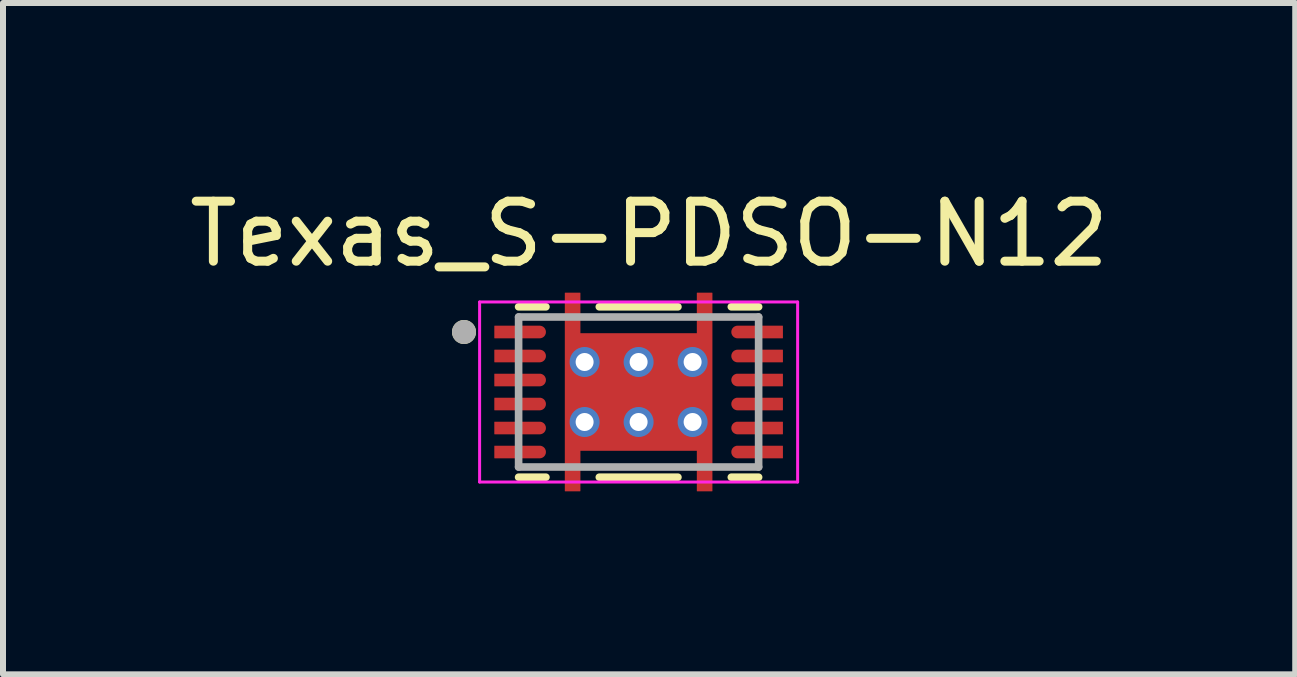
<source format=kicad_pcb>
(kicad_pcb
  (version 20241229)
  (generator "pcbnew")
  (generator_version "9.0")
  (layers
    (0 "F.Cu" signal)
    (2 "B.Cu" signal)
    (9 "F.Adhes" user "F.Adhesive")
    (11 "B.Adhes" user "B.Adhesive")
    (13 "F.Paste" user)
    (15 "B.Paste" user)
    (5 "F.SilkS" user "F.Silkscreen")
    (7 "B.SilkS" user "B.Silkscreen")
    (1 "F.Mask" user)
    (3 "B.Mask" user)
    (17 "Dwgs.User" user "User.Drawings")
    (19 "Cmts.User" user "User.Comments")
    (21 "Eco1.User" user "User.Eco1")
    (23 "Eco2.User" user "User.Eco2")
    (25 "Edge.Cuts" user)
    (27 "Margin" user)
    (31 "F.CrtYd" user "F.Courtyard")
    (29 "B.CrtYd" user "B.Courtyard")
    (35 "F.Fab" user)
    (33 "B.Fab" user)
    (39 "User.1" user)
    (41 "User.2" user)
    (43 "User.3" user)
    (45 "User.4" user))
  (footprint "Texas_S-PDSO-N12"
    (layer "F.Cu")
    (at 7.593 3.483)
    (property "Reference" "Texas_S-PDSO-N12" (at 0.175 -2.635 0) (layer "F.SilkS") (effects (font (size 1 1) (thickness 0.15))))
    (attr smd)
    (fp_poly (pts (xy -1.275 1.7) (xy -1.275 -1.7) (xy -0.925 -1.7) (xy -0.925 -1.025) (xy 0.925 -1.025) (xy 0.925 -1.7) (xy 1.275 -1.7) (xy 1.275 1.7) (xy 0.925 1.7) (xy 0.925 1.025) (xy -0.925 1.025) (xy -0.925 1.7)) (stroke (width 0.01) (type solid)) (fill yes) (layer "F.Mask"))
    (fp_poly (pts (xy -2.45 -1.15) (xy -1.65 -1.15) (xy -1.642 -1.15) (xy -1.634 -1.149) (xy -1.627 -1.148) (xy -1.619 -1.147) (xy -1.611 -1.145) (xy -1.604 -1.143) (xy -1.596 -1.14) (xy -1.589 -1.137) (xy -1.582 -1.134) (xy -1.575 -1.13) (xy -1.568 -1.126) (xy -1.562 -1.121) (xy -1.556 -1.117) (xy -1.55 -1.111) (xy -1.544 -1.106) (xy -1.539 -1.1) (xy -1.533 -1.094) (xy -1.529 -1.088) (xy -1.524 -1.082) (xy -1.52 -1.075) (xy -1.516 -1.068) (xy -1.513 -1.061) (xy -1.51 -1.054) (xy -1.507 -1.046) (xy -1.505 -1.039) (xy -1.503 -1.031) (xy -1.502 -1.023) (xy -1.501 -1.016) (xy -1.5 -1.008) (xy -1.5 -1) (xy -1.5 -0.992) (xy -1.501 -0.984) (xy -1.502 -0.977) (xy -1.503 -0.969) (xy -1.505 -0.961) (xy -1.507 -0.954) (xy -1.51 -0.946) (xy -1.513 -0.939) (xy -1.516 -0.932) (xy -1.52 -0.925) (xy -1.524 -0.918) (xy -1.529 -0.912) (xy -1.533 -0.906) (xy -1.539 -0.9) (xy -1.544 -0.894) (xy -1.55 -0.889) (xy -1.556 -0.883) (xy -1.562 -0.879) (xy -1.568 -0.874) (xy -1.575 -0.87) (xy -1.582 -0.866) (xy -1.589 -0.863) (xy -1.596 -0.86) (xy -1.604 -0.857) (xy -1.611 -0.855) (xy -1.619 -0.853) (xy -1.627 -0.852) (xy -1.634 -0.851) (xy -1.642 -0.85) (xy -1.65 -0.85) (xy -2.45 -0.85) (xy -2.45 -1) (xy -2.45 -1.15)) (stroke (width 0.01) (type solid)) (fill yes) (layer "F.Mask"))
    (fp_poly (pts (xy -2.45 -0.75) (xy -1.65 -0.75) (xy -1.642 -0.75) (xy -1.634 -0.749) (xy -1.627 -0.748) (xy -1.619 -0.747) (xy -1.611 -0.745) (xy -1.604 -0.743) (xy -1.596 -0.74) (xy -1.589 -0.737) (xy -1.582 -0.734) (xy -1.575 -0.73) (xy -1.568 -0.726) (xy -1.562 -0.721) (xy -1.556 -0.717) (xy -1.55 -0.711) (xy -1.544 -0.706) (xy -1.539 -0.7) (xy -1.533 -0.694) (xy -1.529 -0.688) (xy -1.524 -0.682) (xy -1.52 -0.675) (xy -1.516 -0.668) (xy -1.513 -0.661) (xy -1.51 -0.654) (xy -1.507 -0.646) (xy -1.505 -0.639) (xy -1.503 -0.631) (xy -1.502 -0.623) (xy -1.501 -0.616) (xy -1.5 -0.608) (xy -1.5 -0.6) (xy -1.5 -0.592) (xy -1.501 -0.584) (xy -1.502 -0.577) (xy -1.503 -0.569) (xy -1.505 -0.561) (xy -1.507 -0.554) (xy -1.51 -0.546) (xy -1.513 -0.539) (xy -1.516 -0.532) (xy -1.52 -0.525) (xy -1.524 -0.518) (xy -1.529 -0.512) (xy -1.533 -0.506) (xy -1.539 -0.5) (xy -1.544 -0.494) (xy -1.55 -0.489) (xy -1.556 -0.483) (xy -1.562 -0.479) (xy -1.568 -0.474) (xy -1.575 -0.47) (xy -1.582 -0.466) (xy -1.589 -0.463) (xy -1.596 -0.46) (xy -1.604 -0.457) (xy -1.611 -0.455) (xy -1.619 -0.453) (xy -1.627 -0.452) (xy -1.634 -0.451) (xy -1.642 -0.45) (xy -1.65 -0.45) (xy -2.45 -0.45) (xy -2.45 -0.6) (xy -2.45 -0.75)) (stroke (width 0.01) (type solid)) (fill yes) (layer "F.Mask"))
    (fp_poly (pts (xy -2.45 -0.35) (xy -1.65 -0.35) (xy -1.642 -0.35) (xy -1.634 -0.349) (xy -1.627 -0.348) (xy -1.619 -0.347) (xy -1.611 -0.345) (xy -1.604 -0.343) (xy -1.596 -0.34) (xy -1.589 -0.337) (xy -1.582 -0.334) (xy -1.575 -0.33) (xy -1.568 -0.326) (xy -1.562 -0.321) (xy -1.556 -0.317) (xy -1.55 -0.311) (xy -1.544 -0.306) (xy -1.539 -0.3) (xy -1.533 -0.294) (xy -1.529 -0.288) (xy -1.524 -0.282) (xy -1.52 -0.275) (xy -1.516 -0.268) (xy -1.513 -0.261) (xy -1.51 -0.254) (xy -1.507 -0.246) (xy -1.505 -0.239) (xy -1.503 -0.231) (xy -1.502 -0.223) (xy -1.501 -0.216) (xy -1.5 -0.208) (xy -1.5 -0.2) (xy -1.5 -0.192) (xy -1.501 -0.184) (xy -1.502 -0.177) (xy -1.503 -0.169) (xy -1.505 -0.161) (xy -1.507 -0.154) (xy -1.51 -0.146) (xy -1.513 -0.139) (xy -1.516 -0.132) (xy -1.52 -0.125) (xy -1.524 -0.118) (xy -1.529 -0.112) (xy -1.533 -0.106) (xy -1.539 -0.1) (xy -1.544 -0.094) (xy -1.55 -0.089) (xy -1.556 -0.083) (xy -1.562 -0.079) (xy -1.568 -0.074) (xy -1.575 -0.07) (xy -1.582 -0.066) (xy -1.589 -0.063) (xy -1.596 -0.06) (xy -1.604 -0.057) (xy -1.611 -0.055) (xy -1.619 -0.053) (xy -1.627 -0.052) (xy -1.634 -0.051) (xy -1.642 -0.05) (xy -1.65 -0.05) (xy -2.45 -0.05) (xy -2.45 -0.2) (xy -2.45 -0.35)) (stroke (width 0.01) (type solid)) (fill yes) (layer "F.Mask"))
    (fp_poly (pts (xy -2.45 0.05) (xy -1.65 0.05) (xy -1.642 0.05) (xy -1.634 0.051) (xy -1.627 0.052) (xy -1.619 0.053) (xy -1.611 0.055) (xy -1.604 0.057) (xy -1.596 0.06) (xy -1.589 0.063) (xy -1.582 0.066) (xy -1.575 0.07) (xy -1.568 0.074) (xy -1.562 0.079) (xy -1.556 0.083) (xy -1.55 0.089) (xy -1.544 0.094) (xy -1.539 0.1) (xy -1.533 0.106) (xy -1.529 0.112) (xy -1.524 0.118) (xy -1.52 0.125) (xy -1.516 0.132) (xy -1.513 0.139) (xy -1.51 0.146) (xy -1.507 0.154) (xy -1.505 0.161) (xy -1.503 0.169) (xy -1.502 0.177) (xy -1.501 0.184) (xy -1.5 0.192) (xy -1.5 0.2) (xy -1.5 0.208) (xy -1.501 0.216) (xy -1.502 0.223) (xy -1.503 0.231) (xy -1.505 0.239) (xy -1.507 0.246) (xy -1.51 0.254) (xy -1.513 0.261) (xy -1.516 0.268) (xy -1.52 0.275) (xy -1.524 0.282) (xy -1.529 0.288) (xy -1.533 0.294) (xy -1.539 0.3) (xy -1.544 0.306) (xy -1.55 0.311) (xy -1.556 0.317) (xy -1.562 0.321) (xy -1.568 0.326) (xy -1.575 0.33) (xy -1.582 0.334) (xy -1.589 0.337) (xy -1.596 0.34) (xy -1.604 0.343) (xy -1.611 0.345) (xy -1.619 0.347) (xy -1.627 0.348) (xy -1.634 0.349) (xy -1.642 0.35) (xy -1.65 0.35) (xy -2.45 0.35) (xy -2.45 0.2) (xy -2.45 0.05)) (stroke (width 0.01) (type solid)) (fill yes) (layer "F.Mask"))
    (fp_poly (pts (xy -2.45 0.45) (xy -1.65 0.45) (xy -1.642 0.45) (xy -1.634 0.451) (xy -1.627 0.452) (xy -1.619 0.453) (xy -1.611 0.455) (xy -1.604 0.457) (xy -1.596 0.46) (xy -1.589 0.463) (xy -1.582 0.466) (xy -1.575 0.47) (xy -1.568 0.474) (xy -1.562 0.479) (xy -1.556 0.483) (xy -1.55 0.489) (xy -1.544 0.494) (xy -1.539 0.5) (xy -1.533 0.506) (xy -1.529 0.512) (xy -1.524 0.518) (xy -1.52 0.525) (xy -1.516 0.532) (xy -1.513 0.539) (xy -1.51 0.546) (xy -1.507 0.554) (xy -1.505 0.561) (xy -1.503 0.569) (xy -1.502 0.577) (xy -1.501 0.584) (xy -1.5 0.592) (xy -1.5 0.6) (xy -1.5 0.608) (xy -1.501 0.616) (xy -1.502 0.623) (xy -1.503 0.631) (xy -1.505 0.639) (xy -1.507 0.646) (xy -1.51 0.654) (xy -1.513 0.661) (xy -1.516 0.668) (xy -1.52 0.675) (xy -1.524 0.682) (xy -1.529 0.688) (xy -1.533 0.694) (xy -1.539 0.7) (xy -1.544 0.706) (xy -1.55 0.711) (xy -1.556 0.717) (xy -1.562 0.721) (xy -1.568 0.726) (xy -1.575 0.73) (xy -1.582 0.734) (xy -1.589 0.737) (xy -1.596 0.74) (xy -1.604 0.743) (xy -1.611 0.745) (xy -1.619 0.747) (xy -1.627 0.748) (xy -1.634 0.749) (xy -1.642 0.75) (xy -1.65 0.75) (xy -2.45 0.75) (xy -2.45 0.6) (xy -2.45 0.45)) (stroke (width 0.01) (type solid)) (fill yes) (layer "F.Mask"))
    (fp_poly (pts (xy -2.45 0.85) (xy -1.65 0.85) (xy -1.642 0.85) (xy -1.634 0.851) (xy -1.627 0.852) (xy -1.619 0.853) (xy -1.611 0.855) (xy -1.604 0.857) (xy -1.596 0.86) (xy -1.589 0.863) (xy -1.582 0.866) (xy -1.575 0.87) (xy -1.568 0.874) (xy -1.562 0.879) (xy -1.556 0.883) (xy -1.55 0.889) (xy -1.544 0.894) (xy -1.539 0.9) (xy -1.533 0.906) (xy -1.529 0.912) (xy -1.524 0.918) (xy -1.52 0.925) (xy -1.516 0.932) (xy -1.513 0.939) (xy -1.51 0.946) (xy -1.507 0.954) (xy -1.505 0.961) (xy -1.503 0.969) (xy -1.502 0.977) (xy -1.501 0.984) (xy -1.5 0.992) (xy -1.5 1) (xy -1.5 1.008) (xy -1.501 1.016) (xy -1.502 1.023) (xy -1.503 1.031) (xy -1.505 1.039) (xy -1.507 1.046) (xy -1.51 1.054) (xy -1.513 1.061) (xy -1.516 1.068) (xy -1.52 1.075) (xy -1.524 1.082) (xy -1.529 1.088) (xy -1.533 1.094) (xy -1.539 1.1) (xy -1.544 1.106) (xy -1.55 1.111) (xy -1.556 1.117) (xy -1.562 1.121) (xy -1.568 1.126) (xy -1.575 1.13) (xy -1.582 1.134) (xy -1.589 1.137) (xy -1.596 1.14) (xy -1.604 1.143) (xy -1.611 1.145) (xy -1.619 1.147) (xy -1.627 1.148) (xy -1.634 1.149) (xy -1.642 1.15) (xy -1.65 1.15) (xy -2.45 1.15) (xy -2.45 1) (xy -2.45 0.85)) (stroke (width 0.01) (type solid)) (fill yes) (layer "F.Mask"))
    (fp_poly (pts (xy 2.45 -0.85) (xy 1.65 -0.85) (xy 1.642 -0.85) (xy 1.634 -0.851) (xy 1.627 -0.852) (xy 1.619 -0.853) (xy 1.611 -0.855) (xy 1.604 -0.857) (xy 1.596 -0.86) (xy 1.589 -0.863) (xy 1.582 -0.866) (xy 1.575 -0.87) (xy 1.568 -0.874) (xy 1.562 -0.879) (xy 1.556 -0.883) (xy 1.55 -0.889) (xy 1.544 -0.894) (xy 1.539 -0.9) (xy 1.533 -0.906) (xy 1.529 -0.912) (xy 1.524 -0.918) (xy 1.52 -0.925) (xy 1.516 -0.932) (xy 1.513 -0.939) (xy 1.51 -0.946) (xy 1.507 -0.954) (xy 1.505 -0.961) (xy 1.503 -0.969) (xy 1.502 -0.977) (xy 1.501 -0.984) (xy 1.5 -0.992) (xy 1.5 -1) (xy 1.5 -1.008) (xy 1.501 -1.016) (xy 1.502 -1.023) (xy 1.503 -1.031) (xy 1.505 -1.039) (xy 1.507 -1.046) (xy 1.51 -1.054) (xy 1.513 -1.061) (xy 1.516 -1.068) (xy 1.52 -1.075) (xy 1.524 -1.082) (xy 1.529 -1.088) (xy 1.533 -1.094) (xy 1.539 -1.1) (xy 1.544 -1.106) (xy 1.55 -1.111) (xy 1.556 -1.117) (xy 1.562 -1.121) (xy 1.568 -1.126) (xy 1.575 -1.13) (xy 1.582 -1.134) (xy 1.589 -1.137) (xy 1.596 -1.14) (xy 1.604 -1.143) (xy 1.611 -1.145) (xy 1.619 -1.147) (xy 1.627 -1.148) (xy 1.634 -1.149) (xy 1.642 -1.15) (xy 1.65 -1.15) (xy 2.45 -1.15) (xy 2.45 -1) (xy 2.45 -0.85)) (stroke (width 0.01) (type solid)) (fill yes) (layer "F.Mask"))
    (fp_poly (pts (xy 2.45 -0.45) (xy 1.65 -0.45) (xy 1.642 -0.45) (xy 1.634 -0.451) (xy 1.627 -0.452) (xy 1.619 -0.453) (xy 1.611 -0.455) (xy 1.604 -0.457) (xy 1.596 -0.46) (xy 1.589 -0.463) (xy 1.582 -0.466) (xy 1.575 -0.47) (xy 1.568 -0.474) (xy 1.562 -0.479) (xy 1.556 -0.483) (xy 1.55 -0.489) (xy 1.544 -0.494) (xy 1.539 -0.5) (xy 1.533 -0.506) (xy 1.529 -0.512) (xy 1.524 -0.518) (xy 1.52 -0.525) (xy 1.516 -0.532) (xy 1.513 -0.539) (xy 1.51 -0.546) (xy 1.507 -0.554) (xy 1.505 -0.561) (xy 1.503 -0.569) (xy 1.502 -0.577) (xy 1.501 -0.584) (xy 1.5 -0.592) (xy 1.5 -0.6) (xy 1.5 -0.608) (xy 1.501 -0.616) (xy 1.502 -0.623) (xy 1.503 -0.631) (xy 1.505 -0.639) (xy 1.507 -0.646) (xy 1.51 -0.654) (xy 1.513 -0.661) (xy 1.516 -0.668) (xy 1.52 -0.675) (xy 1.524 -0.682) (xy 1.529 -0.688) (xy 1.533 -0.694) (xy 1.539 -0.7) (xy 1.544 -0.706) (xy 1.55 -0.711) (xy 1.556 -0.717) (xy 1.562 -0.721) (xy 1.568 -0.726) (xy 1.575 -0.73) (xy 1.582 -0.734) (xy 1.589 -0.737) (xy 1.596 -0.74) (xy 1.604 -0.743) (xy 1.611 -0.745) (xy 1.619 -0.747) (xy 1.627 -0.748) (xy 1.634 -0.749) (xy 1.642 -0.75) (xy 1.65 -0.75) (xy 2.45 -0.75) (xy 2.45 -0.6) (xy 2.45 -0.45)) (stroke (width 0.01) (type solid)) (fill yes) (layer "F.Mask"))
    (fp_poly (pts (xy 2.45 -0.05) (xy 1.65 -0.05) (xy 1.642 -0.05) (xy 1.634 -0.051) (xy 1.627 -0.052) (xy 1.619 -0.053) (xy 1.611 -0.055) (xy 1.604 -0.057) (xy 1.596 -0.06) (xy 1.589 -0.063) (xy 1.582 -0.066) (xy 1.575 -0.07) (xy 1.568 -0.074) (xy 1.562 -0.079) (xy 1.556 -0.083) (xy 1.55 -0.089) (xy 1.544 -0.094) (xy 1.539 -0.1) (xy 1.533 -0.106) (xy 1.529 -0.112) (xy 1.524 -0.118) (xy 1.52 -0.125) (xy 1.516 -0.132) (xy 1.513 -0.139) (xy 1.51 -0.146) (xy 1.507 -0.154) (xy 1.505 -0.161) (xy 1.503 -0.169) (xy 1.502 -0.177) (xy 1.501 -0.184) (xy 1.5 -0.192) (xy 1.5 -0.2) (xy 1.5 -0.208) (xy 1.501 -0.216) (xy 1.502 -0.223) (xy 1.503 -0.231) (xy 1.505 -0.239) (xy 1.507 -0.246) (xy 1.51 -0.254) (xy 1.513 -0.261) (xy 1.516 -0.268) (xy 1.52 -0.275) (xy 1.524 -0.282) (xy 1.529 -0.288) (xy 1.533 -0.294) (xy 1.539 -0.3) (xy 1.544 -0.306) (xy 1.55 -0.311) (xy 1.556 -0.317) (xy 1.562 -0.321) (xy 1.568 -0.326) (xy 1.575 -0.33) (xy 1.582 -0.334) (xy 1.589 -0.337) (xy 1.596 -0.34) (xy 1.604 -0.343) (xy 1.611 -0.345) (xy 1.619 -0.347) (xy 1.627 -0.348) (xy 1.634 -0.349) (xy 1.642 -0.35) (xy 1.65 -0.35) (xy 2.45 -0.35) (xy 2.45 -0.2) (xy 2.45 -0.05)) (stroke (width 0.01) (type solid)) (fill yes) (layer "F.Mask"))
    (fp_poly (pts (xy 2.45 0.35) (xy 1.65 0.35) (xy 1.642 0.35) (xy 1.634 0.349) (xy 1.627 0.348) (xy 1.619 0.347) (xy 1.611 0.345) (xy 1.604 0.343) (xy 1.596 0.34) (xy 1.589 0.337) (xy 1.582 0.334) (xy 1.575 0.33) (xy 1.568 0.326) (xy 1.562 0.321) (xy 1.556 0.317) (xy 1.55 0.311) (xy 1.544 0.306) (xy 1.539 0.3) (xy 1.533 0.294) (xy 1.529 0.288) (xy 1.524 0.282) (xy 1.52 0.275) (xy 1.516 0.268) (xy 1.513 0.261) (xy 1.51 0.254) (xy 1.507 0.246) (xy 1.505 0.239) (xy 1.503 0.231) (xy 1.502 0.223) (xy 1.501 0.216) (xy 1.5 0.208) (xy 1.5 0.2) (xy 1.5 0.192) (xy 1.501 0.184) (xy 1.502 0.177) (xy 1.503 0.169) (xy 1.505 0.161) (xy 1.507 0.154) (xy 1.51 0.146) (xy 1.513 0.139) (xy 1.516 0.132) (xy 1.52 0.125) (xy 1.524 0.118) (xy 1.529 0.112) (xy 1.533 0.106) (xy 1.539 0.1) (xy 1.544 0.094) (xy 1.55 0.089) (xy 1.556 0.083) (xy 1.562 0.079) (xy 1.568 0.074) (xy 1.575 0.07) (xy 1.582 0.066) (xy 1.589 0.063) (xy 1.596 0.06) (xy 1.604 0.057) (xy 1.611 0.055) (xy 1.619 0.053) (xy 1.627 0.052) (xy 1.634 0.051) (xy 1.642 0.05) (xy 1.65 0.05) (xy 2.45 0.05) (xy 2.45 0.2) (xy 2.45 0.35)) (stroke (width 0.01) (type solid)) (fill yes) (layer "F.Mask"))
    (fp_poly (pts (xy 2.45 0.75) (xy 1.65 0.75) (xy 1.642 0.75) (xy 1.634 0.749) (xy 1.627 0.748) (xy 1.619 0.747) (xy 1.611 0.745) (xy 1.604 0.743) (xy 1.596 0.74) (xy 1.589 0.737) (xy 1.582 0.734) (xy 1.575 0.73) (xy 1.568 0.726) (xy 1.562 0.721) (xy 1.556 0.717) (xy 1.55 0.711) (xy 1.544 0.706) (xy 1.539 0.7) (xy 1.533 0.694) (xy 1.529 0.688) (xy 1.524 0.682) (xy 1.52 0.675) (xy 1.516 0.668) (xy 1.513 0.661) (xy 1.51 0.654) (xy 1.507 0.646) (xy 1.505 0.639) (xy 1.503 0.631) (xy 1.502 0.623) (xy 1.501 0.616) (xy 1.5 0.608) (xy 1.5 0.6) (xy 1.5 0.592) (xy 1.501 0.584) (xy 1.502 0.577) (xy 1.503 0.569) (xy 1.505 0.561) (xy 1.507 0.554) (xy 1.51 0.546) (xy 1.513 0.539) (xy 1.516 0.532) (xy 1.52 0.525) (xy 1.524 0.518) (xy 1.529 0.512) (xy 1.533 0.506) (xy 1.539 0.5) (xy 1.544 0.494) (xy 1.55 0.489) (xy 1.556 0.483) (xy 1.562 0.479) (xy 1.568 0.474) (xy 1.575 0.47) (xy 1.582 0.466) (xy 1.589 0.463) (xy 1.596 0.46) (xy 1.604 0.457) (xy 1.611 0.455) (xy 1.619 0.453) (xy 1.627 0.452) (xy 1.634 0.451) (xy 1.642 0.45) (xy 1.65 0.45) (xy 2.45 0.45) (xy 2.45 0.6) (xy 2.45 0.75)) (stroke (width 0.01) (type solid)) (fill yes) (layer "F.Mask"))
    (fp_poly (pts (xy 2.45 1.15) (xy 1.65 1.15) (xy 1.642 1.15) (xy 1.634 1.149) (xy 1.627 1.148) (xy 1.619 1.147) (xy 1.611 1.145) (xy 1.604 1.143) (xy 1.596 1.14) (xy 1.589 1.137) (xy 1.582 1.134) (xy 1.575 1.13) (xy 1.568 1.126) (xy 1.562 1.121) (xy 1.556 1.117) (xy 1.55 1.111) (xy 1.544 1.106) (xy 1.539 1.1) (xy 1.533 1.094) (xy 1.529 1.088) (xy 1.524 1.082) (xy 1.52 1.075) (xy 1.516 1.068) (xy 1.513 1.061) (xy 1.51 1.054) (xy 1.507 1.046) (xy 1.505 1.039) (xy 1.503 1.031) (xy 1.502 1.023) (xy 1.501 1.016) (xy 1.5 1.008) (xy 1.5 1) (xy 1.5 0.992) (xy 1.501 0.984) (xy 1.502 0.977) (xy 1.503 0.969) (xy 1.505 0.961) (xy 1.507 0.954) (xy 1.51 0.946) (xy 1.513 0.939) (xy 1.516 0.932) (xy 1.52 0.925) (xy 1.524 0.918) (xy 1.529 0.912) (xy 1.533 0.906) (xy 1.539 0.9) (xy 1.544 0.894) (xy 1.55 0.889) (xy 1.556 0.883) (xy 1.562 0.879) (xy 1.568 0.874) (xy 1.575 0.87) (xy 1.582 0.866) (xy 1.589 0.863) (xy 1.596 0.86) (xy 1.604 0.857) (xy 1.611 0.855) (xy 1.619 0.853) (xy 1.627 0.852) (xy 1.634 0.851) (xy 1.642 0.85) (xy 1.65 0.85) (xy 2.45 0.85) (xy 2.45 1) (xy 2.45 1.15)) (stroke (width 0.01) (type solid)) (fill yes) (layer "F.Mask"))
    (fp_line (start -2 -1.42) (end -1.545 -1.42) (stroke (width 0.127) (type solid)) (layer "F.SilkS"))
    (fp_line (start -2 1.42) (end -1.545 1.42) (stroke (width 0.127) (type solid)) (layer "F.SilkS"))
    (fp_line (start -0.655 -1.42) (end 0.655 -1.42) (stroke (width 0.127) (type solid)) (layer "F.SilkS"))
    (fp_line (start -0.655 1.42) (end 0.655 1.42) (stroke (width 0.127) (type solid)) (layer "F.SilkS"))
    (fp_line (start 1.545 -1.42) (end 2 -1.42) (stroke (width 0.127) (type solid)) (layer "F.SilkS"))
    (fp_line (start 1.545 1.42) (end 2 1.42) (stroke (width 0.127) (type solid)) (layer "F.SilkS"))
    (fp_circle (center -2.91 -1) (end -2.81 -1) (stroke (width 0.2) (type solid)) (fill no) (layer "F.SilkS"))
    (fp_poly (pts (xy -1.225 -1.625) (xy -1.225 -1.1) (xy -0.975 -1.1) (xy -0.975 -1.625)) (stroke (width 0.01) (type solid)) (fill yes) (layer "F.Paste"))
    (fp_poly (pts (xy -1.225 1.1) (xy -1.225 1.625) (xy -0.975 1.625) (xy -0.975 1.1)) (stroke (width 0.01) (type solid)) (fill yes) (layer "F.Paste"))
    (fp_poly (pts (xy -1.1 -0.9) (xy -0.1 -0.9) (xy -0.1 -0.1) (xy -1.1 -0.1)) (stroke (width 0.01) (type solid)) (fill yes) (layer "F.Paste"))
    (fp_poly (pts (xy -1.1 0.1) (xy -0.1 0.1) (xy -0.1 0.9) (xy -1.1 0.9)) (stroke (width 0.01) (type solid)) (fill yes) (layer "F.Paste"))
    (fp_poly (pts (xy 0.1 -0.9) (xy 1.1 -0.9) (xy 1.1 -0.1) (xy 0.1 -0.1)) (stroke (width 0.01) (type solid)) (fill yes) (layer "F.Paste"))
    (fp_poly (pts (xy 0.1 0.1) (xy 1.1 0.1) (xy 1.1 0.9) (xy 0.1 0.9)) (stroke (width 0.01) (type solid)) (fill yes) (layer "F.Paste"))
    (fp_poly (pts (xy 0.975 -1.625) (xy 0.975 -1.1) (xy 1.225 -1.1) (xy 1.225 -1.625)) (stroke (width 0.01) (type solid)) (fill yes) (layer "F.Paste"))
    (fp_poly (pts (xy 0.975 1.1) (xy 0.975 1.625) (xy 1.225 1.625) (xy 1.225 1.1)) (stroke (width 0.01) (type solid)) (fill yes) (layer "F.Paste"))
    (fp_poly (pts (xy -2.375 -1.1) (xy -1.675 -1.1) (xy -1.67 -1.1) (xy -1.665 -1.099) (xy -1.659 -1.099) (xy -1.654 -1.098) (xy -1.649 -1.097) (xy -1.644 -1.095) (xy -1.639 -1.093) (xy -1.634 -1.091) (xy -1.63 -1.089) (xy -1.625 -1.087) (xy -1.621 -1.084) (xy -1.616 -1.081) (xy -1.612 -1.078) (xy -1.608 -1.074) (xy -1.604 -1.071) (xy -1.601 -1.067) (xy -1.597 -1.063) (xy -1.594 -1.059) (xy -1.591 -1.054) (xy -1.588 -1.05) (xy -1.586 -1.045) (xy -1.584 -1.041) (xy -1.582 -1.036) (xy -1.58 -1.031) (xy -1.578 -1.026) (xy -1.577 -1.021) (xy -1.576 -1.016) (xy -1.576 -1.01) (xy -1.575 -1.005) (xy -1.575 -1) (xy -1.575 -0.995) (xy -1.576 -0.99) (xy -1.576 -0.984) (xy -1.577 -0.979) (xy -1.578 -0.974) (xy -1.58 -0.969) (xy -1.582 -0.964) (xy -1.584 -0.959) (xy -1.586 -0.955) (xy -1.588 -0.95) (xy -1.591 -0.946) (xy -1.594 -0.941) (xy -1.597 -0.937) (xy -1.601 -0.933) (xy -1.604 -0.929) (xy -1.608 -0.926) (xy -1.612 -0.922) (xy -1.616 -0.919) (xy -1.621 -0.916) (xy -1.625 -0.913) (xy -1.63 -0.911) (xy -1.634 -0.909) (xy -1.639 -0.907) (xy -1.644 -0.905) (xy -1.649 -0.903) (xy -1.654 -0.902) (xy -1.659 -0.901) (xy -1.665 -0.901) (xy -1.67 -0.9) (xy -1.675 -0.9) (xy -2.375 -0.9) (xy -2.375 -1) (xy -2.375 -1.1)) (stroke (width 0.01) (type solid)) (fill yes) (layer "F.Paste"))
    (fp_poly (pts (xy -2.375 -0.7) (xy -1.675 -0.7) (xy -1.67 -0.7) (xy -1.665 -0.699) (xy -1.659 -0.699) (xy -1.654 -0.698) (xy -1.649 -0.697) (xy -1.644 -0.695) (xy -1.639 -0.693) (xy -1.634 -0.691) (xy -1.63 -0.689) (xy -1.625 -0.687) (xy -1.621 -0.684) (xy -1.616 -0.681) (xy -1.612 -0.678) (xy -1.608 -0.674) (xy -1.604 -0.671) (xy -1.601 -0.667) (xy -1.597 -0.663) (xy -1.594 -0.659) (xy -1.591 -0.654) (xy -1.588 -0.65) (xy -1.586 -0.645) (xy -1.584 -0.641) (xy -1.582 -0.636) (xy -1.58 -0.631) (xy -1.578 -0.626) (xy -1.577 -0.621) (xy -1.576 -0.616) (xy -1.576 -0.61) (xy -1.575 -0.605) (xy -1.575 -0.6) (xy -1.575 -0.595) (xy -1.576 -0.59) (xy -1.576 -0.584) (xy -1.577 -0.579) (xy -1.578 -0.574) (xy -1.58 -0.569) (xy -1.582 -0.564) (xy -1.584 -0.559) (xy -1.586 -0.555) (xy -1.588 -0.55) (xy -1.591 -0.546) (xy -1.594 -0.541) (xy -1.597 -0.537) (xy -1.601 -0.533) (xy -1.604 -0.529) (xy -1.608 -0.526) (xy -1.612 -0.522) (xy -1.616 -0.519) (xy -1.621 -0.516) (xy -1.625 -0.513) (xy -1.63 -0.511) (xy -1.634 -0.509) (xy -1.639 -0.507) (xy -1.644 -0.505) (xy -1.649 -0.503) (xy -1.654 -0.502) (xy -1.659 -0.501) (xy -1.665 -0.501) (xy -1.67 -0.5) (xy -1.675 -0.5) (xy -2.375 -0.5) (xy -2.375 -0.6) (xy -2.375 -0.7)) (stroke (width 0.01) (type solid)) (fill yes) (layer "F.Paste"))
    (fp_poly (pts (xy -2.375 -0.7) (xy -1.675 -0.7) (xy -1.67 -0.7) (xy -1.665 -0.699) (xy -1.659 -0.699) (xy -1.654 -0.698) (xy -1.649 -0.697) (xy -1.644 -0.695) (xy -1.639 -0.693) (xy -1.634 -0.691) (xy -1.63 -0.689) (xy -1.625 -0.687) (xy -1.621 -0.684) (xy -1.616 -0.681) (xy -1.612 -0.678) (xy -1.608 -0.674) (xy -1.604 -0.671) (xy -1.601 -0.667) (xy -1.597 -0.663) (xy -1.594 -0.659) (xy -1.591 -0.654) (xy -1.588 -0.65) (xy -1.586 -0.645) (xy -1.584 -0.641) (xy -1.582 -0.636) (xy -1.58 -0.631) (xy -1.578 -0.626) (xy -1.577 -0.621) (xy -1.576 -0.616) (xy -1.576 -0.61) (xy -1.575 -0.605) (xy -1.575 -0.6) (xy -1.575 -0.595) (xy -1.576 -0.59) (xy -1.576 -0.584) (xy -1.577 -0.579) (xy -1.578 -0.574) (xy -1.58 -0.569) (xy -1.582 -0.564) (xy -1.584 -0.559) (xy -1.586 -0.555) (xy -1.588 -0.55) (xy -1.591 -0.546) (xy -1.594 -0.541) (xy -1.597 -0.537) (xy -1.601 -0.533) (xy -1.604 -0.529) (xy -1.608 -0.526) (xy -1.612 -0.522) (xy -1.616 -0.519) (xy -1.621 -0.516) (xy -1.625 -0.513) (xy -1.63 -0.511) (xy -1.634 -0.509) (xy -1.639 -0.507) (xy -1.644 -0.505) (xy -1.649 -0.503) (xy -1.654 -0.502) (xy -1.659 -0.501) (xy -1.665 -0.501) (xy -1.67 -0.5) (xy -1.675 -0.5) (xy -2.375 -0.5) (xy -2.375 -0.6) (xy -2.375 -0.7)) (stroke (width 0.01) (type solid)) (fill yes) (layer "F.Paste"))
    (fp_poly (pts (xy -2.375 -0.3) (xy -1.675 -0.3) (xy -1.67 -0.3) (xy -1.665 -0.299) (xy -1.659 -0.299) (xy -1.654 -0.298) (xy -1.649 -0.297) (xy -1.644 -0.295) (xy -1.639 -0.293) (xy -1.634 -0.291) (xy -1.63 -0.289) (xy -1.625 -0.287) (xy -1.621 -0.284) (xy -1.616 -0.281) (xy -1.612 -0.278) (xy -1.608 -0.274) (xy -1.604 -0.271) (xy -1.601 -0.267) (xy -1.597 -0.263) (xy -1.594 -0.259) (xy -1.591 -0.254) (xy -1.588 -0.25) (xy -1.586 -0.245) (xy -1.584 -0.241) (xy -1.582 -0.236) (xy -1.58 -0.231) (xy -1.578 -0.226) (xy -1.577 -0.221) (xy -1.576 -0.216) (xy -1.576 -0.21) (xy -1.575 -0.205) (xy -1.575 -0.2) (xy -1.575 -0.195) (xy -1.576 -0.19) (xy -1.576 -0.184) (xy -1.577 -0.179) (xy -1.578 -0.174) (xy -1.58 -0.169) (xy -1.582 -0.164) (xy -1.584 -0.159) (xy -1.586 -0.155) (xy -1.588 -0.15) (xy -1.591 -0.146) (xy -1.594 -0.141) (xy -1.597 -0.137) (xy -1.601 -0.133) (xy -1.604 -0.129) (xy -1.608 -0.126) (xy -1.612 -0.122) (xy -1.616 -0.119) (xy -1.621 -0.116) (xy -1.625 -0.113) (xy -1.63 -0.111) (xy -1.634 -0.109) (xy -1.639 -0.107) (xy -1.644 -0.105) (xy -1.649 -0.103) (xy -1.654 -0.102) (xy -1.659 -0.101) (xy -1.665 -0.101) (xy -1.67 -0.1) (xy -1.675 -0.1) (xy -2.375 -0.1) (xy -2.375 -0.2) (xy -2.375 -0.3)) (stroke (width 0.01) (type solid)) (fill yes) (layer "F.Paste"))
    (fp_poly (pts (xy -2.375 0.1) (xy -1.675 0.1) (xy -1.67 0.1) (xy -1.665 0.101) (xy -1.659 0.101) (xy -1.654 0.102) (xy -1.649 0.103) (xy -1.644 0.105) (xy -1.639 0.107) (xy -1.634 0.109) (xy -1.63 0.111) (xy -1.625 0.113) (xy -1.621 0.116) (xy -1.616 0.119) (xy -1.612 0.122) (xy -1.608 0.126) (xy -1.604 0.129) (xy -1.601 0.133) (xy -1.597 0.137) (xy -1.594 0.141) (xy -1.591 0.146) (xy -1.588 0.15) (xy -1.586 0.155) (xy -1.584 0.159) (xy -1.582 0.164) (xy -1.58 0.169) (xy -1.578 0.174) (xy -1.577 0.179) (xy -1.576 0.184) (xy -1.576 0.19) (xy -1.575 0.195) (xy -1.575 0.2) (xy -1.575 0.205) (xy -1.576 0.21) (xy -1.576 0.216) (xy -1.577 0.221) (xy -1.578 0.226) (xy -1.58 0.231) (xy -1.582 0.236) (xy -1.584 0.241) (xy -1.586 0.245) (xy -1.588 0.25) (xy -1.591 0.254) (xy -1.594 0.259) (xy -1.597 0.263) (xy -1.601 0.267) (xy -1.604 0.271) (xy -1.608 0.274) (xy -1.612 0.278) (xy -1.616 0.281) (xy -1.621 0.284) (xy -1.625 0.287) (xy -1.63 0.289) (xy -1.634 0.291) (xy -1.639 0.293) (xy -1.644 0.295) (xy -1.649 0.297) (xy -1.654 0.298) (xy -1.659 0.299) (xy -1.665 0.299) (xy -1.67 0.3) (xy -1.675 0.3) (xy -2.375 0.3) (xy -2.375 0.2) (xy -2.375 0.1)) (stroke (width 0.01) (type solid)) (fill yes) (layer "F.Paste"))
    (fp_poly (pts (xy -2.375 0.5) (xy -1.675 0.5) (xy -1.67 0.5) (xy -1.665 0.501) (xy -1.659 0.501) (xy -1.654 0.502) (xy -1.649 0.503) (xy -1.644 0.505) (xy -1.639 0.507) (xy -1.634 0.509) (xy -1.63 0.511) (xy -1.625 0.513) (xy -1.621 0.516) (xy -1.616 0.519) (xy -1.612 0.522) (xy -1.608 0.526) (xy -1.604 0.529) (xy -1.601 0.533) (xy -1.597 0.537) (xy -1.594 0.541) (xy -1.591 0.546) (xy -1.588 0.55) (xy -1.586 0.555) (xy -1.584 0.559) (xy -1.582 0.564) (xy -1.58 0.569) (xy -1.578 0.574) (xy -1.577 0.579) (xy -1.576 0.584) (xy -1.576 0.59) (xy -1.575 0.595) (xy -1.575 0.6) (xy -1.575 0.605) (xy -1.576 0.61) (xy -1.576 0.616) (xy -1.577 0.621) (xy -1.578 0.626) (xy -1.58 0.631) (xy -1.582 0.636) (xy -1.584 0.641) (xy -1.586 0.645) (xy -1.588 0.65) (xy -1.591 0.654) (xy -1.594 0.659) (xy -1.597 0.663) (xy -1.601 0.667) (xy -1.604 0.671) (xy -1.608 0.674) (xy -1.612 0.678) (xy -1.616 0.681) (xy -1.621 0.684) (xy -1.625 0.687) (xy -1.63 0.689) (xy -1.634 0.691) (xy -1.639 0.693) (xy -1.644 0.695) (xy -1.649 0.697) (xy -1.654 0.698) (xy -1.659 0.699) (xy -1.665 0.699) (xy -1.67 0.7) (xy -1.675 0.7) (xy -2.375 0.7) (xy -2.375 0.6) (xy -2.375 0.5)) (stroke (width 0.01) (type solid)) (fill yes) (layer "F.Paste"))
    (fp_poly (pts (xy -2.375 0.9) (xy -1.675 0.9) (xy -1.67 0.9) (xy -1.665 0.901) (xy -1.659 0.901) (xy -1.654 0.902) (xy -1.649 0.903) (xy -1.644 0.905) (xy -1.639 0.907) (xy -1.634 0.909) (xy -1.63 0.911) (xy -1.625 0.913) (xy -1.621 0.916) (xy -1.616 0.919) (xy -1.612 0.922) (xy -1.608 0.926) (xy -1.604 0.929) (xy -1.601 0.933) (xy -1.597 0.937) (xy -1.594 0.941) (xy -1.591 0.946) (xy -1.588 0.95) (xy -1.586 0.955) (xy -1.584 0.959) (xy -1.582 0.964) (xy -1.58 0.969) (xy -1.578 0.974) (xy -1.577 0.979) (xy -1.576 0.984) (xy -1.576 0.99) (xy -1.575 0.995) (xy -1.575 1) (xy -1.575 1.005) (xy -1.576 1.01) (xy -1.576 1.016) (xy -1.577 1.021) (xy -1.578 1.026) (xy -1.58 1.031) (xy -1.582 1.036) (xy -1.584 1.041) (xy -1.586 1.045) (xy -1.588 1.05) (xy -1.591 1.054) (xy -1.594 1.059) (xy -1.597 1.063) (xy -1.601 1.067) (xy -1.604 1.071) (xy -1.608 1.074) (xy -1.612 1.078) (xy -1.616 1.081) (xy -1.621 1.084) (xy -1.625 1.087) (xy -1.63 1.089) (xy -1.634 1.091) (xy -1.639 1.093) (xy -1.644 1.095) (xy -1.649 1.097) (xy -1.654 1.098) (xy -1.659 1.099) (xy -1.665 1.099) (xy -1.67 1.1) (xy -1.675 1.1) (xy -2.375 1.1) (xy -2.375 1) (xy -2.375 0.9)) (stroke (width 0.01) (type solid)) (fill yes) (layer "F.Paste"))
    (fp_poly (pts (xy 2.375 -0.9) (xy 1.675 -0.9) (xy 1.67 -0.9) (xy 1.665 -0.901) (xy 1.659 -0.901) (xy 1.654 -0.902) (xy 1.649 -0.903) (xy 1.644 -0.905) (xy 1.639 -0.907) (xy 1.634 -0.909) (xy 1.63 -0.911) (xy 1.625 -0.913) (xy 1.621 -0.916) (xy 1.616 -0.919) (xy 1.612 -0.922) (xy 1.608 -0.926) (xy 1.604 -0.929) (xy 1.601 -0.933) (xy 1.597 -0.937) (xy 1.594 -0.941) (xy 1.591 -0.946) (xy 1.588 -0.95) (xy 1.586 -0.955) (xy 1.584 -0.959) (xy 1.582 -0.964) (xy 1.58 -0.969) (xy 1.578 -0.974) (xy 1.577 -0.979) (xy 1.576 -0.984) (xy 1.576 -0.99) (xy 1.575 -0.995) (xy 1.575 -1) (xy 1.575 -1.005) (xy 1.576 -1.01) (xy 1.576 -1.016) (xy 1.577 -1.021) (xy 1.578 -1.026) (xy 1.58 -1.031) (xy 1.582 -1.036) (xy 1.584 -1.041) (xy 1.586 -1.045) (xy 1.588 -1.05) (xy 1.591 -1.054) (xy 1.594 -1.059) (xy 1.597 -1.063) (xy 1.601 -1.067) (xy 1.604 -1.071) (xy 1.608 -1.074) (xy 1.612 -1.078) (xy 1.616 -1.081) (xy 1.621 -1.084) (xy 1.625 -1.087) (xy 1.63 -1.089) (xy 1.634 -1.091) (xy 1.639 -1.093) (xy 1.644 -1.095) (xy 1.649 -1.097) (xy 1.654 -1.098) (xy 1.659 -1.099) (xy 1.665 -1.099) (xy 1.67 -1.1) (xy 1.675 -1.1) (xy 2.375 -1.1) (xy 2.375 -1) (xy 2.375 -0.9)) (stroke (width 0.01) (type solid)) (fill yes) (layer "F.Paste"))
    (fp_poly (pts (xy 2.375 -0.5) (xy 1.675 -0.5) (xy 1.67 -0.5) (xy 1.665 -0.501) (xy 1.659 -0.501) (xy 1.654 -0.502) (xy 1.649 -0.503) (xy 1.644 -0.505) (xy 1.639 -0.507) (xy 1.634 -0.509) (xy 1.63 -0.511) (xy 1.625 -0.513) (xy 1.621 -0.516) (xy 1.616 -0.519) (xy 1.612 -0.522) (xy 1.608 -0.526) (xy 1.604 -0.529) (xy 1.601 -0.533) (xy 1.597 -0.537) (xy 1.594 -0.541) (xy 1.591 -0.546) (xy 1.588 -0.55) (xy 1.586 -0.555) (xy 1.584 -0.559) (xy 1.582 -0.564) (xy 1.58 -0.569) (xy 1.578 -0.574) (xy 1.577 -0.579) (xy 1.576 -0.584) (xy 1.576 -0.59) (xy 1.575 -0.595) (xy 1.575 -0.6) (xy 1.575 -0.605) (xy 1.576 -0.61) (xy 1.576 -0.616) (xy 1.577 -0.621) (xy 1.578 -0.626) (xy 1.58 -0.631) (xy 1.582 -0.636) (xy 1.584 -0.641) (xy 1.586 -0.645) (xy 1.588 -0.65) (xy 1.591 -0.654) (xy 1.594 -0.659) (xy 1.597 -0.663) (xy 1.601 -0.667) (xy 1.604 -0.671) (xy 1.608 -0.674) (xy 1.612 -0.678) (xy 1.616 -0.681) (xy 1.621 -0.684) (xy 1.625 -0.687) (xy 1.63 -0.689) (xy 1.634 -0.691) (xy 1.639 -0.693) (xy 1.644 -0.695) (xy 1.649 -0.697) (xy 1.654 -0.698) (xy 1.659 -0.699) (xy 1.665 -0.699) (xy 1.67 -0.7) (xy 1.675 -0.7) (xy 2.375 -0.7) (xy 2.375 -0.6) (xy 2.375 -0.5)) (stroke (width 0.01) (type solid)) (fill yes) (layer "F.Paste"))
    (fp_poly (pts (xy 2.375 -0.1) (xy 1.675 -0.1) (xy 1.67 -0.1) (xy 1.665 -0.101) (xy 1.659 -0.101) (xy 1.654 -0.102) (xy 1.649 -0.103) (xy 1.644 -0.105) (xy 1.639 -0.107) (xy 1.634 -0.109) (xy 1.63 -0.111) (xy 1.625 -0.113) (xy 1.621 -0.116) (xy 1.616 -0.119) (xy 1.612 -0.122) (xy 1.608 -0.126) (xy 1.604 -0.129) (xy 1.601 -0.133) (xy 1.597 -0.137) (xy 1.594 -0.141) (xy 1.591 -0.146) (xy 1.588 -0.15) (xy 1.586 -0.155) (xy 1.584 -0.159) (xy 1.582 -0.164) (xy 1.58 -0.169) (xy 1.578 -0.174) (xy 1.577 -0.179) (xy 1.576 -0.184) (xy 1.576 -0.19) (xy 1.575 -0.195) (xy 1.575 -0.2) (xy 1.575 -0.205) (xy 1.576 -0.21) (xy 1.576 -0.216) (xy 1.577 -0.221) (xy 1.578 -0.226) (xy 1.58 -0.231) (xy 1.582 -0.236) (xy 1.584 -0.241) (xy 1.586 -0.245) (xy 1.588 -0.25) (xy 1.591 -0.254) (xy 1.594 -0.259) (xy 1.597 -0.263) (xy 1.601 -0.267) (xy 1.604 -0.271) (xy 1.608 -0.274) (xy 1.612 -0.278) (xy 1.616 -0.281) (xy 1.621 -0.284) (xy 1.625 -0.287) (xy 1.63 -0.289) (xy 1.634 -0.291) (xy 1.639 -0.293) (xy 1.644 -0.295) (xy 1.649 -0.297) (xy 1.654 -0.298) (xy 1.659 -0.299) (xy 1.665 -0.299) (xy 1.67 -0.3) (xy 1.675 -0.3) (xy 2.375 -0.3) (xy 2.375 -0.2) (xy 2.375 -0.1)) (stroke (width 0.01) (type solid)) (fill yes) (layer "F.Paste"))
    (fp_poly (pts (xy 2.375 0.3) (xy 1.675 0.3) (xy 1.67 0.3) (xy 1.665 0.299) (xy 1.659 0.299) (xy 1.654 0.298) (xy 1.649 0.297) (xy 1.644 0.295) (xy 1.639 0.293) (xy 1.634 0.291) (xy 1.63 0.289) (xy 1.625 0.287) (xy 1.621 0.284) (xy 1.616 0.281) (xy 1.612 0.278) (xy 1.608 0.274) (xy 1.604 0.271) (xy 1.601 0.267) (xy 1.597 0.263) (xy 1.594 0.259) (xy 1.591 0.254) (xy 1.588 0.25) (xy 1.586 0.245) (xy 1.584 0.241) (xy 1.582 0.236) (xy 1.58 0.231) (xy 1.578 0.226) (xy 1.577 0.221) (xy 1.576 0.216) (xy 1.576 0.21) (xy 1.575 0.205) (xy 1.575 0.2) (xy 1.575 0.195) (xy 1.576 0.19) (xy 1.576 0.184) (xy 1.577 0.179) (xy 1.578 0.174) (xy 1.58 0.169) (xy 1.582 0.164) (xy 1.584 0.159) (xy 1.586 0.155) (xy 1.588 0.15) (xy 1.591 0.146) (xy 1.594 0.141) (xy 1.597 0.137) (xy 1.601 0.133) (xy 1.604 0.129) (xy 1.608 0.126) (xy 1.612 0.122) (xy 1.616 0.119) (xy 1.621 0.116) (xy 1.625 0.113) (xy 1.63 0.111) (xy 1.634 0.109) (xy 1.639 0.107) (xy 1.644 0.105) (xy 1.649 0.103) (xy 1.654 0.102) (xy 1.659 0.101) (xy 1.665 0.101) (xy 1.67 0.1) (xy 1.675 0.1) (xy 2.375 0.1) (xy 2.375 0.2) (xy 2.375 0.3)) (stroke (width 0.01) (type solid)) (fill yes) (layer "F.Paste"))
    (fp_poly (pts (xy 2.375 0.7) (xy 1.675 0.7) (xy 1.67 0.7) (xy 1.665 0.699) (xy 1.659 0.699) (xy 1.654 0.698) (xy 1.649 0.697) (xy 1.644 0.695) (xy 1.639 0.693) (xy 1.634 0.691) (xy 1.63 0.689) (xy 1.625 0.687) (xy 1.621 0.684) (xy 1.616 0.681) (xy 1.612 0.678) (xy 1.608 0.674) (xy 1.604 0.671) (xy 1.601 0.667) (xy 1.597 0.663) (xy 1.594 0.659) (xy 1.591 0.654) (xy 1.588 0.65) (xy 1.586 0.645) (xy 1.584 0.641) (xy 1.582 0.636) (xy 1.58 0.631) (xy 1.578 0.626) (xy 1.577 0.621) (xy 1.576 0.616) (xy 1.576 0.61) (xy 1.575 0.605) (xy 1.575 0.6) (xy 1.575 0.595) (xy 1.576 0.59) (xy 1.576 0.584) (xy 1.577 0.579) (xy 1.578 0.574) (xy 1.58 0.569) (xy 1.582 0.564) (xy 1.584 0.559) (xy 1.586 0.555) (xy 1.588 0.55) (xy 1.591 0.546) (xy 1.594 0.541) (xy 1.597 0.537) (xy 1.601 0.533) (xy 1.604 0.529) (xy 1.608 0.526) (xy 1.612 0.522) (xy 1.616 0.519) (xy 1.621 0.516) (xy 1.625 0.513) (xy 1.63 0.511) (xy 1.634 0.509) (xy 1.639 0.507) (xy 1.644 0.505) (xy 1.649 0.503) (xy 1.654 0.502) (xy 1.659 0.501) (xy 1.665 0.501) (xy 1.67 0.5) (xy 1.675 0.5) (xy 2.375 0.5) (xy 2.375 0.6) (xy 2.375 0.7)) (stroke (width 0.01) (type solid)) (fill yes) (layer "F.Paste"))
    (fp_poly (pts (xy 2.375 0.7) (xy 1.675 0.7) (xy 1.67 0.7) (xy 1.665 0.699) (xy 1.659 0.699) (xy 1.654 0.698) (xy 1.649 0.697) (xy 1.644 0.695) (xy 1.639 0.693) (xy 1.634 0.691) (xy 1.63 0.689) (xy 1.625 0.687) (xy 1.621 0.684) (xy 1.616 0.681) (xy 1.612 0.678) (xy 1.608 0.674) (xy 1.604 0.671) (xy 1.601 0.667) (xy 1.597 0.663) (xy 1.594 0.659) (xy 1.591 0.654) (xy 1.588 0.65) (xy 1.586 0.645) (xy 1.584 0.641) (xy 1.582 0.636) (xy 1.58 0.631) (xy 1.578 0.626) (xy 1.577 0.621) (xy 1.576 0.616) (xy 1.576 0.61) (xy 1.575 0.605) (xy 1.575 0.6) (xy 1.575 0.595) (xy 1.576 0.59) (xy 1.576 0.584) (xy 1.577 0.579) (xy 1.578 0.574) (xy 1.58 0.569) (xy 1.582 0.564) (xy 1.584 0.559) (xy 1.586 0.555) (xy 1.588 0.55) (xy 1.591 0.546) (xy 1.594 0.541) (xy 1.597 0.537) (xy 1.601 0.533) (xy 1.604 0.529) (xy 1.608 0.526) (xy 1.612 0.522) (xy 1.616 0.519) (xy 1.621 0.516) (xy 1.625 0.513) (xy 1.63 0.511) (xy 1.634 0.509) (xy 1.639 0.507) (xy 1.644 0.505) (xy 1.649 0.503) (xy 1.654 0.502) (xy 1.659 0.501) (xy 1.665 0.501) (xy 1.67 0.5) (xy 1.675 0.5) (xy 2.375 0.5) (xy 2.375 0.6) (xy 2.375 0.7)) (stroke (width 0.01) (type solid)) (fill yes) (layer "F.Paste"))
    (fp_poly (pts (xy 2.375 1.1) (xy 1.675 1.1) (xy 1.67 1.1) (xy 1.665 1.099) (xy 1.659 1.099) (xy 1.654 1.098) (xy 1.649 1.097) (xy 1.644 1.095) (xy 1.639 1.093) (xy 1.634 1.091) (xy 1.63 1.089) (xy 1.625 1.087) (xy 1.621 1.084) (xy 1.616 1.081) (xy 1.612 1.078) (xy 1.608 1.074) (xy 1.604 1.071) (xy 1.601 1.067) (xy 1.597 1.063) (xy 1.594 1.059) (xy 1.591 1.054) (xy 1.588 1.05) (xy 1.586 1.045) (xy 1.584 1.041) (xy 1.582 1.036) (xy 1.58 1.031) (xy 1.578 1.026) (xy 1.577 1.021) (xy 1.576 1.016) (xy 1.576 1.01) (xy 1.575 1.005) (xy 1.575 1) (xy 1.575 0.995) (xy 1.576 0.99) (xy 1.576 0.984) (xy 1.577 0.979) (xy 1.578 0.974) (xy 1.58 0.969) (xy 1.582 0.964) (xy 1.584 0.959) (xy 1.586 0.955) (xy 1.588 0.95) (xy 1.591 0.946) (xy 1.594 0.941) (xy 1.597 0.937) (xy 1.601 0.933) (xy 1.604 0.929) (xy 1.608 0.926) (xy 1.612 0.922) (xy 1.616 0.919) (xy 1.621 0.916) (xy 1.625 0.913) (xy 1.63 0.911) (xy 1.634 0.909) (xy 1.639 0.907) (xy 1.644 0.905) (xy 1.649 0.903) (xy 1.654 0.902) (xy 1.659 0.901) (xy 1.665 0.901) (xy 1.67 0.9) (xy 1.675 0.9) (xy 2.375 0.9) (xy 2.375 1) (xy 2.375 1.1)) (stroke (width 0.01) (type solid)) (fill yes) (layer "F.Paste"))
    (fp_line (start -2.65 -1.5) (end -2.65 1.5) (stroke (width 0.05) (type solid)) (layer "F.CrtYd"))
    (fp_line (start -2.65 -1.5) (end 2.65 -1.5) (stroke (width 0.05) (type solid)) (layer "F.CrtYd"))
    (fp_line (start -2.65 1.5) (end 2.65 1.5) (stroke (width 0.05) (type solid)) (layer "F.CrtYd"))
    (fp_line (start 2.65 -1.5) (end 2.65 1.5) (stroke (width 0.05) (type solid)) (layer "F.CrtYd"))
    (fp_line (start -2 -1.25) (end -2 1.25) (stroke (width 0.127) (type solid)) (layer "F.Fab"))
    (fp_line (start -2 -1.25) (end 2 -1.25) (stroke (width 0.127) (type solid)) (layer "F.Fab"))
    (fp_line (start -2 1.25) (end 2 1.25) (stroke (width 0.127) (type solid)) (layer "F.Fab"))
    (fp_line (start 2 -1.25) (end 2 1.25) (stroke (width 0.127) (type solid)) (layer "F.Fab"))
    (fp_circle (center -2.91 -1) (end -2.81 -1) (stroke (width 0.2) (type solid)) (fill no) (layer "F.Fab"))
    (pad "1" smd custom (at -1.975 -1) (size 0.4 0.2) (layers "F.Cu") (options (anchor rect)) (primitives (gr_poly (pts (xy -0.425 0.1) (xy -0.425 -0.1) (xy 0.325 -0.1) (xy 0.33 -0.1) (xy 0.335 -0.099) (xy 0.341 -0.099) (xy 0.346 -0.098) (xy 0.351 -0.097) (xy 0.356 -0.095) (xy 0.361 -0.093) (xy 0.366 -0.091) (xy 0.37 -0.089) (xy 0.375 -0.087) (xy 0.379 -0.084) (xy 0.384 -0.081) (xy 0.388 -0.078) (xy 0.392 -0.074) (xy 0.396 -0.071) (xy 0.399 -0.067) (xy 0.403 -0.063) (xy 0.406 -0.059) (xy 0.409 -0.054) (xy 0.412 -0.05) (xy 0.414 -0.045) (xy 0.416 -0.041) (xy 0.418 -0.036) (xy 0.42 -0.031) (xy 0.422 -0.026) (xy 0.423 -0.021) (xy 0.424 -0.016) (xy 0.424 -0.01) (xy 0.425 -0.005) (xy 0.425 0) (xy 0.425 0.005) (xy 0.424 0.01) (xy 0.424 0.016) (xy 0.423 0.021) (xy 0.422 0.026) (xy 0.42 0.031) (xy 0.418 0.036) (xy 0.416 0.041) (xy 0.414 0.045) (xy 0.412 0.05) (xy 0.409 0.054) (xy 0.406 0.059) (xy 0.403 0.063) (xy 0.399 0.067) (xy 0.396 0.071) (xy 0.392 0.074) (xy 0.388 0.078) (xy 0.384 0.081) (xy 0.379 0.084) (xy 0.375 0.087) (xy 0.37 0.089) (xy 0.366 0.091) (xy 0.361 0.093) (xy 0.356 0.095) (xy 0.351 0.097) (xy 0.346 0.098) (xy 0.341 0.099) (xy 0.335 0.099) (xy 0.33 0.1) (xy 0.325 0.1) (xy -0.425 0.1)) (width 0.01) (fill yes))))
    (pad "2" smd custom (at -1.975 -0.6) (size 0.4 0.2) (layers "F.Cu") (options (anchor rect)) (primitives (gr_poly (pts (xy -0.425 0.1) (xy -0.425 -0.1) (xy 0.325 -0.1) (xy 0.33 -0.1) (xy 0.335 -0.099) (xy 0.341 -0.099) (xy 0.346 -0.098) (xy 0.351 -0.097) (xy 0.356 -0.095) (xy 0.361 -0.093) (xy 0.366 -0.091) (xy 0.37 -0.089) (xy 0.375 -0.087) (xy 0.379 -0.084) (xy 0.384 -0.081) (xy 0.388 -0.078) (xy 0.392 -0.074) (xy 0.396 -0.071) (xy 0.399 -0.067) (xy 0.403 -0.063) (xy 0.406 -0.059) (xy 0.409 -0.054) (xy 0.412 -0.05) (xy 0.414 -0.045) (xy 0.416 -0.041) (xy 0.418 -0.036) (xy 0.42 -0.031) (xy 0.422 -0.026) (xy 0.423 -0.021) (xy 0.424 -0.016) (xy 0.424 -0.01) (xy 0.425 -0.005) (xy 0.425 0) (xy 0.425 0.005) (xy 0.424 0.01) (xy 0.424 0.016) (xy 0.423 0.021) (xy 0.422 0.026) (xy 0.42 0.031) (xy 0.418 0.036) (xy 0.416 0.041) (xy 0.414 0.045) (xy 0.412 0.05) (xy 0.409 0.054) (xy 0.406 0.059) (xy 0.403 0.063) (xy 0.399 0.067) (xy 0.396 0.071) (xy 0.392 0.074) (xy 0.388 0.078) (xy 0.384 0.081) (xy 0.379 0.084) (xy 0.375 0.087) (xy 0.37 0.089) (xy 0.366 0.091) (xy 0.361 0.093) (xy 0.356 0.095) (xy 0.351 0.097) (xy 0.346 0.098) (xy 0.341 0.099) (xy 0.335 0.099) (xy 0.33 0.1) (xy 0.325 0.1) (xy -0.425 0.1)) (width 0.01) (fill yes))))
    (pad "3" smd custom (at -1.975 -0.2) (size 0.4 0.2) (layers "F.Cu") (options (anchor rect)) (primitives (gr_poly (pts (xy -0.425 0.1) (xy -0.425 -0.1) (xy 0.325 -0.1) (xy 0.33 -0.1) (xy 0.335 -0.099) (xy 0.341 -0.099) (xy 0.346 -0.098) (xy 0.351 -0.097) (xy 0.356 -0.095) (xy 0.361 -0.093) (xy 0.366 -0.091) (xy 0.37 -0.089) (xy 0.375 -0.087) (xy 0.379 -0.084) (xy 0.384 -0.081) (xy 0.388 -0.078) (xy 0.392 -0.074) (xy 0.396 -0.071) (xy 0.399 -0.067) (xy 0.403 -0.063) (xy 0.406 -0.059) (xy 0.409 -0.054) (xy 0.412 -0.05) (xy 0.414 -0.045) (xy 0.416 -0.041) (xy 0.418 -0.036) (xy 0.42 -0.031) (xy 0.422 -0.026) (xy 0.423 -0.021) (xy 0.424 -0.016) (xy 0.424 -0.01) (xy 0.425 -0.005) (xy 0.425 0) (xy 0.425 0.005) (xy 0.424 0.01) (xy 0.424 0.016) (xy 0.423 0.021) (xy 0.422 0.026) (xy 0.42 0.031) (xy 0.418 0.036) (xy 0.416 0.041) (xy 0.414 0.045) (xy 0.412 0.05) (xy 0.409 0.054) (xy 0.406 0.059) (xy 0.403 0.063) (xy 0.399 0.067) (xy 0.396 0.071) (xy 0.392 0.074) (xy 0.388 0.078) (xy 0.384 0.081) (xy 0.379 0.084) (xy 0.375 0.087) (xy 0.37 0.089) (xy 0.366 0.091) (xy 0.361 0.093) (xy 0.356 0.095) (xy 0.351 0.097) (xy 0.346 0.098) (xy 0.341 0.099) (xy 0.335 0.099) (xy 0.33 0.1) (xy 0.325 0.1) (xy -0.425 0.1)) (width 0.01) (fill yes))))
    (pad "4" smd custom (at -1.975 0.2) (size 0.4 0.2) (layers "F.Cu") (options (anchor rect)) (primitives (gr_poly (pts (xy -0.425 0.1) (xy -0.425 -0.1) (xy 0.325 -0.1) (xy 0.33 -0.1) (xy 0.335 -0.099) (xy 0.341 -0.099) (xy 0.346 -0.098) (xy 0.351 -0.097) (xy 0.356 -0.095) (xy 0.361 -0.093) (xy 0.366 -0.091) (xy 0.37 -0.089) (xy 0.375 -0.087) (xy 0.379 -0.084) (xy 0.384 -0.081) (xy 0.388 -0.078) (xy 0.392 -0.074) (xy 0.396 -0.071) (xy 0.399 -0.067) (xy 0.403 -0.063) (xy 0.406 -0.059) (xy 0.409 -0.054) (xy 0.412 -0.05) (xy 0.414 -0.045) (xy 0.416 -0.041) (xy 0.418 -0.036) (xy 0.42 -0.031) (xy 0.422 -0.026) (xy 0.423 -0.021) (xy 0.424 -0.016) (xy 0.424 -0.01) (xy 0.425 -0.005) (xy 0.425 0) (xy 0.425 0.005) (xy 0.424 0.01) (xy 0.424 0.016) (xy 0.423 0.021) (xy 0.422 0.026) (xy 0.42 0.031) (xy 0.418 0.036) (xy 0.416 0.041) (xy 0.414 0.045) (xy 0.412 0.05) (xy 0.409 0.054) (xy 0.406 0.059) (xy 0.403 0.063) (xy 0.399 0.067) (xy 0.396 0.071) (xy 0.392 0.074) (xy 0.388 0.078) (xy 0.384 0.081) (xy 0.379 0.084) (xy 0.375 0.087) (xy 0.37 0.089) (xy 0.366 0.091) (xy 0.361 0.093) (xy 0.356 0.095) (xy 0.351 0.097) (xy 0.346 0.098) (xy 0.341 0.099) (xy 0.335 0.099) (xy 0.33 0.1) (xy 0.325 0.1) (xy -0.425 0.1)) (width 0.01) (fill yes))))
    (pad "5" smd custom (at -1.975 0.6) (size 0.4 0.2) (layers "F.Cu") (options (anchor rect)) (primitives (gr_poly (pts (xy -0.425 0.1) (xy -0.425 -0.1) (xy 0.325 -0.1) (xy 0.33 -0.1) (xy 0.335 -0.099) (xy 0.341 -0.099) (xy 0.346 -0.098) (xy 0.351 -0.097) (xy 0.356 -0.095) (xy 0.361 -0.093) (xy 0.366 -0.091) (xy 0.37 -0.089) (xy 0.375 -0.087) (xy 0.379 -0.084) (xy 0.384 -0.081) (xy 0.388 -0.078) (xy 0.392 -0.074) (xy 0.396 -0.071) (xy 0.399 -0.067) (xy 0.403 -0.063) (xy 0.406 -0.059) (xy 0.409 -0.054) (xy 0.412 -0.05) (xy 0.414 -0.045) (xy 0.416 -0.041) (xy 0.418 -0.036) (xy 0.42 -0.031) (xy 0.422 -0.026) (xy 0.423 -0.021) (xy 0.424 -0.016) (xy 0.424 -0.01) (xy 0.425 -0.005) (xy 0.425 0) (xy 0.425 0.005) (xy 0.424 0.01) (xy 0.424 0.016) (xy 0.423 0.021) (xy 0.422 0.026) (xy 0.42 0.031) (xy 0.418 0.036) (xy 0.416 0.041) (xy 0.414 0.045) (xy 0.412 0.05) (xy 0.409 0.054) (xy 0.406 0.059) (xy 0.403 0.063) (xy 0.399 0.067) (xy 0.396 0.071) (xy 0.392 0.074) (xy 0.388 0.078) (xy 0.384 0.081) (xy 0.379 0.084) (xy 0.375 0.087) (xy 0.37 0.089) (xy 0.366 0.091) (xy 0.361 0.093) (xy 0.356 0.095) (xy 0.351 0.097) (xy 0.346 0.098) (xy 0.341 0.099) (xy 0.335 0.099) (xy 0.33 0.1) (xy 0.325 0.1) (xy -0.425 0.1)) (width 0.01) (fill yes))))
    (pad "6" smd custom (at -1.975 1) (size 0.4 0.2) (layers "F.Cu") (options (anchor rect)) (primitives (gr_poly (pts (xy -0.425 0.1) (xy -0.425 -0.1) (xy 0.325 -0.1) (xy 0.33 -0.1) (xy 0.335 -0.099) (xy 0.341 -0.099) (xy 0.346 -0.098) (xy 0.351 -0.097) (xy 0.356 -0.095) (xy 0.361 -0.093) (xy 0.366 -0.091) (xy 0.37 -0.089) (xy 0.375 -0.087) (xy 0.379 -0.084) (xy 0.384 -0.081) (xy 0.388 -0.078) (xy 0.392 -0.074) (xy 0.396 -0.071) (xy 0.399 -0.067) (xy 0.403 -0.063) (xy 0.406 -0.059) (xy 0.409 -0.054) (xy 0.412 -0.05) (xy 0.414 -0.045) (xy 0.416 -0.041) (xy 0.418 -0.036) (xy 0.42 -0.031) (xy 0.422 -0.026) (xy 0.423 -0.021) (xy 0.424 -0.016) (xy 0.424 -0.01) (xy 0.425 -0.005) (xy 0.425 0) (xy 0.425 0.005) (xy 0.424 0.01) (xy 0.424 0.016) (xy 0.423 0.021) (xy 0.422 0.026) (xy 0.42 0.031) (xy 0.418 0.036) (xy 0.416 0.041) (xy 0.414 0.045) (xy 0.412 0.05) (xy 0.409 0.054) (xy 0.406 0.059) (xy 0.403 0.063) (xy 0.399 0.067) (xy 0.396 0.071) (xy 0.392 0.074) (xy 0.388 0.078) (xy 0.384 0.081) (xy 0.379 0.084) (xy 0.375 0.087) (xy 0.37 0.089) (xy 0.366 0.091) (xy 0.361 0.093) (xy 0.356 0.095) (xy 0.351 0.097) (xy 0.346 0.098) (xy 0.341 0.099) (xy 0.335 0.099) (xy 0.33 0.1) (xy 0.325 0.1) (xy -0.425 0.1)) (width 0.01) (fill yes))))
    (pad "7" smd custom (at 1.975 1) (size 0.4 0.2) (layers "F.Cu") (options (anchor rect)) (primitives (gr_poly (pts (xy 0.425 -0.1) (xy 0.425 0.1) (xy -0.325 0.1) (xy -0.33 0.1) (xy -0.335 0.099) (xy -0.341 0.099) (xy -0.346 0.098) (xy -0.351 0.097) (xy -0.356 0.095) (xy -0.361 0.093) (xy -0.366 0.091) (xy -0.37 0.089) (xy -0.375 0.087) (xy -0.379 0.084) (xy -0.384 0.081) (xy -0.388 0.078) (xy -0.392 0.074) (xy -0.396 0.071) (xy -0.399 0.067) (xy -0.403 0.063) (xy -0.406 0.059) (xy -0.409 0.054) (xy -0.412 0.05) (xy -0.414 0.045) (xy -0.416 0.041) (xy -0.418 0.036) (xy -0.42 0.031) (xy -0.422 0.026) (xy -0.423 0.021) (xy -0.424 0.016) (xy -0.424 0.01) (xy -0.425 0.005) (xy -0.425 0) (xy -0.425 -0.005) (xy -0.424 -0.01) (xy -0.424 -0.016) (xy -0.423 -0.021) (xy -0.422 -0.026) (xy -0.42 -0.031) (xy -0.418 -0.036) (xy -0.416 -0.041) (xy -0.414 -0.045) (xy -0.412 -0.05) (xy -0.409 -0.054) (xy -0.406 -0.059) (xy -0.403 -0.063) (xy -0.399 -0.067) (xy -0.396 -0.071) (xy -0.392 -0.074) (xy -0.388 -0.078) (xy -0.384 -0.081) (xy -0.379 -0.084) (xy -0.375 -0.087) (xy -0.37 -0.089) (xy -0.366 -0.091) (xy -0.361 -0.093) (xy -0.356 -0.095) (xy -0.351 -0.097) (xy -0.346 -0.098) (xy -0.341 -0.099) (xy -0.335 -0.099) (xy -0.33 -0.1) (xy -0.325 -0.1) (xy 0.425 -0.1)) (width 0.01) (fill yes))))
    (pad "8" smd custom (at 1.975 0.6) (size 0.4 0.2) (layers "F.Cu") (options (anchor rect)) (primitives (gr_poly (pts (xy 0.425 -0.1) (xy 0.425 0.1) (xy -0.325 0.1) (xy -0.33 0.1) (xy -0.335 0.099) (xy -0.341 0.099) (xy -0.346 0.098) (xy -0.351 0.097) (xy -0.356 0.095) (xy -0.361 0.093) (xy -0.366 0.091) (xy -0.37 0.089) (xy -0.375 0.087) (xy -0.379 0.084) (xy -0.384 0.081) (xy -0.388 0.078) (xy -0.392 0.074) (xy -0.396 0.071) (xy -0.399 0.067) (xy -0.403 0.063) (xy -0.406 0.059) (xy -0.409 0.054) (xy -0.412 0.05) (xy -0.414 0.045) (xy -0.416 0.041) (xy -0.418 0.036) (xy -0.42 0.031) (xy -0.422 0.026) (xy -0.423 0.021) (xy -0.424 0.016) (xy -0.424 0.01) (xy -0.425 0.005) (xy -0.425 0) (xy -0.425 -0.005) (xy -0.424 -0.01) (xy -0.424 -0.016) (xy -0.423 -0.021) (xy -0.422 -0.026) (xy -0.42 -0.031) (xy -0.418 -0.036) (xy -0.416 -0.041) (xy -0.414 -0.045) (xy -0.412 -0.05) (xy -0.409 -0.054) (xy -0.406 -0.059) (xy -0.403 -0.063) (xy -0.399 -0.067) (xy -0.396 -0.071) (xy -0.392 -0.074) (xy -0.388 -0.078) (xy -0.384 -0.081) (xy -0.379 -0.084) (xy -0.375 -0.087) (xy -0.37 -0.089) (xy -0.366 -0.091) (xy -0.361 -0.093) (xy -0.356 -0.095) (xy -0.351 -0.097) (xy -0.346 -0.098) (xy -0.341 -0.099) (xy -0.335 -0.099) (xy -0.33 -0.1) (xy -0.325 -0.1) (xy 0.425 -0.1)) (width 0.01) (fill yes))))
    (pad "9" smd custom (at 1.975 0.2) (size 0.4 0.2) (layers "F.Cu") (options (anchor rect)) (primitives (gr_poly (pts (xy 0.425 -0.1) (xy 0.425 0.1) (xy -0.325 0.1) (xy -0.33 0.1) (xy -0.335 0.099) (xy -0.341 0.099) (xy -0.346 0.098) (xy -0.351 0.097) (xy -0.356 0.095) (xy -0.361 0.093) (xy -0.366 0.091) (xy -0.37 0.089) (xy -0.375 0.087) (xy -0.379 0.084) (xy -0.384 0.081) (xy -0.388 0.078) (xy -0.392 0.074) (xy -0.396 0.071) (xy -0.399 0.067) (xy -0.403 0.063) (xy -0.406 0.059) (xy -0.409 0.054) (xy -0.412 0.05) (xy -0.414 0.045) (xy -0.416 0.041) (xy -0.418 0.036) (xy -0.42 0.031) (xy -0.422 0.026) (xy -0.423 0.021) (xy -0.424 0.016) (xy -0.424 0.01) (xy -0.425 0.005) (xy -0.425 0) (xy -0.425 -0.005) (xy -0.424 -0.01) (xy -0.424 -0.016) (xy -0.423 -0.021) (xy -0.422 -0.026) (xy -0.42 -0.031) (xy -0.418 -0.036) (xy -0.416 -0.041) (xy -0.414 -0.045) (xy -0.412 -0.05) (xy -0.409 -0.054) (xy -0.406 -0.059) (xy -0.403 -0.063) (xy -0.399 -0.067) (xy -0.396 -0.071) (xy -0.392 -0.074) (xy -0.388 -0.078) (xy -0.384 -0.081) (xy -0.379 -0.084) (xy -0.375 -0.087) (xy -0.37 -0.089) (xy -0.366 -0.091) (xy -0.361 -0.093) (xy -0.356 -0.095) (xy -0.351 -0.097) (xy -0.346 -0.098) (xy -0.341 -0.099) (xy -0.335 -0.099) (xy -0.33 -0.1) (xy -0.325 -0.1) (xy 0.425 -0.1)) (width 0.01) (fill yes))))
    (pad "10" smd custom (at 1.975 -0.2) (size 0.4 0.2) (layers "F.Cu") (options (anchor rect)) (primitives (gr_poly (pts (xy 0.425 -0.1) (xy 0.425 0.1) (xy -0.325 0.1) (xy -0.33 0.1) (xy -0.335 0.099) (xy -0.341 0.099) (xy -0.346 0.098) (xy -0.351 0.097) (xy -0.356 0.095) (xy -0.361 0.093) (xy -0.366 0.091) (xy -0.37 0.089) (xy -0.375 0.087) (xy -0.379 0.084) (xy -0.384 0.081) (xy -0.388 0.078) (xy -0.392 0.074) (xy -0.396 0.071) (xy -0.399 0.067) (xy -0.403 0.063) (xy -0.406 0.059) (xy -0.409 0.054) (xy -0.412 0.05) (xy -0.414 0.045) (xy -0.416 0.041) (xy -0.418 0.036) (xy -0.42 0.031) (xy -0.422 0.026) (xy -0.423 0.021) (xy -0.424 0.016) (xy -0.424 0.01) (xy -0.425 0.005) (xy -0.425 0) (xy -0.425 -0.005) (xy -0.424 -0.01) (xy -0.424 -0.016) (xy -0.423 -0.021) (xy -0.422 -0.026) (xy -0.42 -0.031) (xy -0.418 -0.036) (xy -0.416 -0.041) (xy -0.414 -0.045) (xy -0.412 -0.05) (xy -0.409 -0.054) (xy -0.406 -0.059) (xy -0.403 -0.063) (xy -0.399 -0.067) (xy -0.396 -0.071) (xy -0.392 -0.074) (xy -0.388 -0.078) (xy -0.384 -0.081) (xy -0.379 -0.084) (xy -0.375 -0.087) (xy -0.37 -0.089) (xy -0.366 -0.091) (xy -0.361 -0.093) (xy -0.356 -0.095) (xy -0.351 -0.097) (xy -0.346 -0.098) (xy -0.341 -0.099) (xy -0.335 -0.099) (xy -0.33 -0.1) (xy -0.325 -0.1) (xy 0.425 -0.1)) (width 0.01) (fill yes))))
    (pad "11" smd custom (at 1.975 -0.6) (size 0.4 0.2) (layers "F.Cu") (options (anchor rect)) (primitives (gr_poly (pts (xy 0.425 -0.1) (xy 0.425 0.1) (xy -0.325 0.1) (xy -0.33 0.1) (xy -0.335 0.099) (xy -0.341 0.099) (xy -0.346 0.098) (xy -0.351 0.097) (xy -0.356 0.095) (xy -0.361 0.093) (xy -0.366 0.091) (xy -0.37 0.089) (xy -0.375 0.087) (xy -0.379 0.084) (xy -0.384 0.081) (xy -0.388 0.078) (xy -0.392 0.074) (xy -0.396 0.071) (xy -0.399 0.067) (xy -0.403 0.063) (xy -0.406 0.059) (xy -0.409 0.054) (xy -0.412 0.05) (xy -0.414 0.045) (xy -0.416 0.041) (xy -0.418 0.036) (xy -0.42 0.031) (xy -0.422 0.026) (xy -0.423 0.021) (xy -0.424 0.016) (xy -0.424 0.01) (xy -0.425 0.005) (xy -0.425 0) (xy -0.425 -0.005) (xy -0.424 -0.01) (xy -0.424 -0.016) (xy -0.423 -0.021) (xy -0.422 -0.026) (xy -0.42 -0.031) (xy -0.418 -0.036) (xy -0.416 -0.041) (xy -0.414 -0.045) (xy -0.412 -0.05) (xy -0.409 -0.054) (xy -0.406 -0.059) (xy -0.403 -0.063) (xy -0.399 -0.067) (xy -0.396 -0.071) (xy -0.392 -0.074) (xy -0.388 -0.078) (xy -0.384 -0.081) (xy -0.379 -0.084) (xy -0.375 -0.087) (xy -0.37 -0.089) (xy -0.366 -0.091) (xy -0.361 -0.093) (xy -0.356 -0.095) (xy -0.351 -0.097) (xy -0.346 -0.098) (xy -0.341 -0.099) (xy -0.335 -0.099) (xy -0.33 -0.1) (xy -0.325 -0.1) (xy 0.425 -0.1)) (width 0.01) (fill yes))))
    (pad "12" smd custom (at 1.975 -1) (size 0.4 0.2) (layers "F.Cu") (options (anchor rect)) (primitives (gr_poly (pts (xy 0.425 -0.1) (xy 0.425 0.1) (xy -0.325 0.1) (xy -0.33 0.1) (xy -0.335 0.099) (xy -0.341 0.099) (xy -0.346 0.098) (xy -0.351 0.097) (xy -0.356 0.095) (xy -0.361 0.093) (xy -0.366 0.091) (xy -0.37 0.089) (xy -0.375 0.087) (xy -0.379 0.084) (xy -0.384 0.081) (xy -0.388 0.078) (xy -0.392 0.074) (xy -0.396 0.071) (xy -0.399 0.067) (xy -0.403 0.063) (xy -0.406 0.059) (xy -0.409 0.054) (xy -0.412 0.05) (xy -0.414 0.045) (xy -0.416 0.041) (xy -0.418 0.036) (xy -0.42 0.031) (xy -0.422 0.026) (xy -0.423 0.021) (xy -0.424 0.016) (xy -0.424 0.01) (xy -0.425 0.005) (xy -0.425 0) (xy -0.425 -0.005) (xy -0.424 -0.01) (xy -0.424 -0.016) (xy -0.423 -0.021) (xy -0.422 -0.026) (xy -0.42 -0.031) (xy -0.418 -0.036) (xy -0.416 -0.041) (xy -0.414 -0.045) (xy -0.412 -0.05) (xy -0.409 -0.054) (xy -0.406 -0.059) (xy -0.403 -0.063) (xy -0.399 -0.067) (xy -0.396 -0.071) (xy -0.392 -0.074) (xy -0.388 -0.078) (xy -0.384 -0.081) (xy -0.379 -0.084) (xy -0.375 -0.087) (xy -0.37 -0.089) (xy -0.366 -0.091) (xy -0.361 -0.093) (xy -0.356 -0.095) (xy -0.351 -0.097) (xy -0.346 -0.098) (xy -0.341 -0.099) (xy -0.335 -0.099) (xy -0.33 -0.1) (xy -0.325 -0.1) (xy 0.425 -0.1)) (width 0.01) (fill yes))))
    (pad "13" smd custom (at 0 0) (size 2.45 1.95) (layers "F.Cu") (options (anchor rect)) (primitives (gr_poly (pts (xy -1.225 1.65) (xy -1.225 -1.65) (xy -0.975 -1.65) (xy -0.975 -0.975) (xy 0.975 -0.975) (xy 0.975 -1.65) (xy 1.225 -1.65) (xy 1.225 1.65) (xy 0.975 1.65) (xy 0.975 0.975) (xy -0.975 0.975) (xy -0.975 1.65)) (width 0.01) (fill yes))))
    (pad "14" thru_hole circle (at -0.9 -0.5) (size 0.5 0.5) (drill 0.3) (layers "*.Cu" "*.Mask"))
    (pad "15" thru_hole circle (at 0 -0.5) (size 0.5 0.5) (drill 0.3) (layers "*.Cu" "*.Mask"))
    (pad "16" thru_hole circle (at 0.9 -0.5) (size 0.5 0.5) (drill 0.3) (layers "*.Cu" "*.Mask"))
    (pad "17" thru_hole circle (at -0.9 0.5) (size 0.5 0.5) (drill 0.3) (layers "*.Cu" "*.Mask"))
    (pad "18" thru_hole circle (at 0 0.5) (size 0.5 0.5) (drill 0.3) (layers "*.Cu" "*.Mask"))
    (pad "19" thru_hole circle (at 0.9 0.5) (size 0.5 0.5) (drill 0.3) (layers "*.Cu" "*.Mask")))
  (gr_rect
    (start -3 -3)
    (end 18.536 8.188)
    (stroke (width 0.1) (type default))
    (fill no)
    (layer "Edge.Cuts")))
</source>
